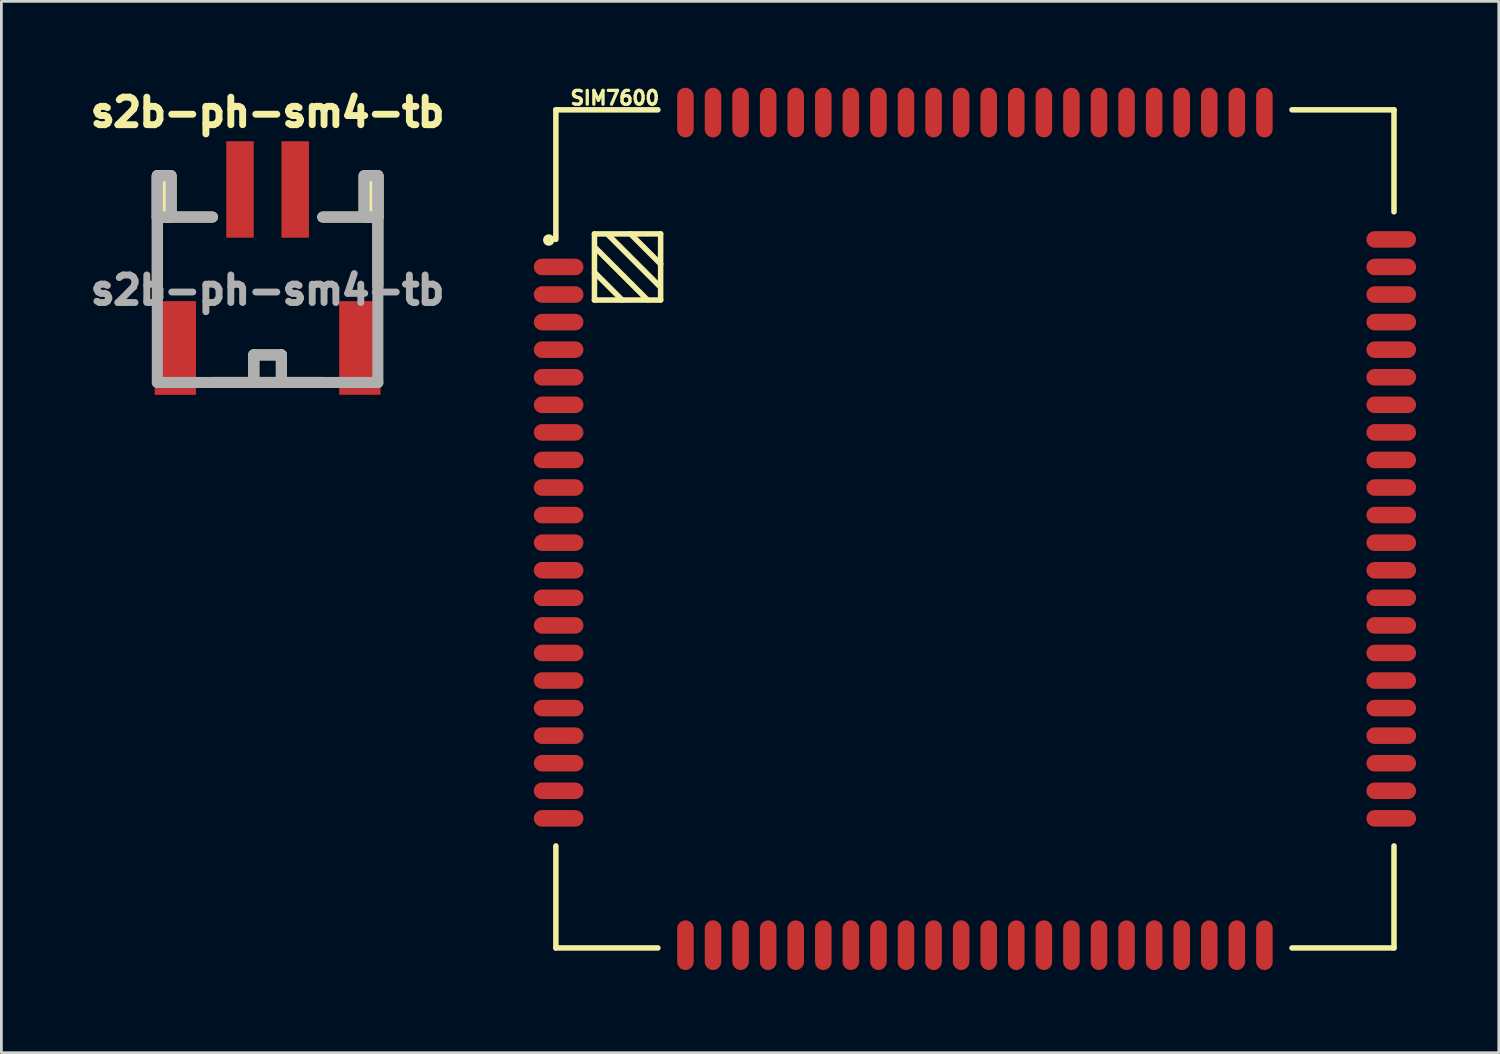
<source format=kicad_pcb>
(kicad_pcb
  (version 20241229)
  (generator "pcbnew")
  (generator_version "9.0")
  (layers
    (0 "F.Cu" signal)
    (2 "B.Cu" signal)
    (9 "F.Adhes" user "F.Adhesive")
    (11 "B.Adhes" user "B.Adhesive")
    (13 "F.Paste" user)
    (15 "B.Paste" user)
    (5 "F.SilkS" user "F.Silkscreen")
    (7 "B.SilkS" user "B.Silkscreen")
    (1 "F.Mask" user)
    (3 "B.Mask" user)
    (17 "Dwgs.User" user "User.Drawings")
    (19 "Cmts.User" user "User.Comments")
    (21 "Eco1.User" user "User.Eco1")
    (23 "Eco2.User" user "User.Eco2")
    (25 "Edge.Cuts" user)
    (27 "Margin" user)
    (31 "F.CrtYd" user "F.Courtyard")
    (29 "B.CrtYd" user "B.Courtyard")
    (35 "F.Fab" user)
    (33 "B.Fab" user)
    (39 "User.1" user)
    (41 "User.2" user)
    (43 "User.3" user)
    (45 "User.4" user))
  (footprint "SIM7600"
    (layer "F.Cu")
    (at 32.312 16.133)
    (property "Reference" "SIM7600" (at -13.061 -15.63 0) (layer "F.SilkS") (effects (font (size 0.5 0.5) (thickness 0.12))))
    (attr through_hole)
    (fp_line (start -15.2 -15.2) (end -11.5 -15.2) (stroke (width 0.2) (type solid)) (layer "F.SilkS"))
    (fp_line (start -15.2 -10.5) (end -15.2 -15.2) (stroke (width 0.2) (type solid)) (layer "F.SilkS"))
    (fp_line (start -15.2 15.2) (end -15.2 11.5) (stroke (width 0.2) (type solid)) (layer "F.SilkS"))
    (fp_line (start -15.2 15.2) (end -11.5 15.2) (stroke (width 0.2) (type solid)) (layer "F.SilkS"))
    (fp_line (start -13.8 -10.7) (end -13.8 -8.3) (stroke (width 0.2) (type solid)) (layer "F.SilkS"))
    (fp_line (start -13.8 -10.7) (end -11.4 -10.7) (stroke (width 0.2) (type solid)) (layer "F.SilkS"))
    (fp_line (start -13.8 -8.3) (end -11.4 -8.3) (stroke (width 0.2) (type solid)) (layer "F.SilkS"))
    (fp_line (start -13.798 -9.303) (end -12.796 -8.301) (stroke (width 0.2) (type solid)) (layer "F.SilkS"))
    (fp_line (start -13.793 -10.22) (end -11.876 -8.303) (stroke (width 0.2) (type solid)) (layer "F.SilkS"))
    (fp_line (start -13.289 -10.651) (end -11.448 -8.81) (stroke (width 0.2) (type solid)) (layer "F.SilkS"))
    (fp_line (start -12.495 -10.7) (end -11.399 -9.604) (stroke (width 0.2) (type solid)) (layer "F.SilkS"))
    (fp_line (start -11.4 -10.7) (end -11.4 -8.3) (stroke (width 0.2) (type solid)) (layer "F.SilkS"))
    (fp_line (start 11.5 -15.2) (end 15.2 -15.2) (stroke (width 0.2) (type solid)) (layer "F.SilkS"))
    (fp_line (start 11.5 15.2) (end 15.2 15.2) (stroke (width 0.2) (type solid)) (layer "F.SilkS"))
    (fp_line (start 15.2 -11.5) (end 15.2 -15.2) (stroke (width 0.2) (type solid)) (layer "F.SilkS"))
    (fp_line (start 15.2 15.2) (end 15.2 11.5) (stroke (width 0.2) (type solid)) (layer "F.SilkS"))
    (fp_circle (center -15.457 -10.477) (end -15.36 -10.426) (stroke (width 0.2) (type solid)) (fill no) (layer "F.SilkS"))
    (pad "1" smd oval (at -15.1 -9.5) (size 1.8 0.6) (layers "F.Cu" "F.Mask" "F.Paste"))
    (pad "2" smd oval (at -15.1 -8.5) (size 1.8 0.6) (layers "F.Cu" "F.Mask" "F.Paste"))
    (pad "3" smd oval (at -15.1 -7.5) (size 1.8 0.6) (layers "F.Cu" "F.Mask" "F.Paste"))
    (pad "4" smd oval (at -15.1 -6.5) (size 1.8 0.6) (layers "F.Cu" "F.Mask" "F.Paste"))
    (pad "5" smd oval (at -15.1 -5.5) (size 1.8 0.6) (layers "F.Cu" "F.Mask" "F.Paste"))
    (pad "6" smd oval (at -15.1 -4.5) (size 1.8 0.6) (layers "F.Cu" "F.Mask" "F.Paste"))
    (pad "7" smd oval (at -15.1 -3.5) (size 1.8 0.6) (layers "F.Cu" "F.Mask" "F.Paste"))
    (pad "8" smd oval (at -15.1 -2.5) (size 1.8 0.6) (layers "F.Cu" "F.Mask" "F.Paste"))
    (pad "9" smd oval (at -15.1 -1.5) (size 1.8 0.6) (layers "F.Cu" "F.Mask" "F.Paste"))
    (pad "10" smd oval (at -15.1 -0.5) (size 1.8 0.6) (layers "F.Cu" "F.Mask" "F.Paste"))
    (pad "11" smd oval (at -15.1 0.5) (size 1.8 0.6) (layers "F.Cu" "F.Mask" "F.Paste"))
    (pad "12" smd oval (at -15.1 1.5) (size 1.8 0.6) (layers "F.Cu" "F.Mask" "F.Paste"))
    (pad "13" smd oval (at -15.1 2.5) (size 1.8 0.6) (layers "F.Cu" "F.Mask" "F.Paste"))
    (pad "14" smd oval (at -15.1 3.5) (size 1.8 0.6) (layers "F.Cu" "F.Mask" "F.Paste"))
    (pad "15" smd oval (at -15.1 4.5) (size 1.8 0.6) (layers "F.Cu" "F.Mask" "F.Paste"))
    (pad "16" smd oval (at -15.1 5.5) (size 1.8 0.6) (layers "F.Cu" "F.Mask" "F.Paste"))
    (pad "17" smd oval (at -15.1 6.5) (size 1.8 0.6) (layers "F.Cu" "F.Mask" "F.Paste"))
    (pad "18" smd oval (at -15.1 7.5) (size 1.8 0.6) (layers "F.Cu" "F.Mask" "F.Paste"))
    (pad "19" smd oval (at -15.1 8.5) (size 1.8 0.6) (layers "F.Cu" "F.Mask" "F.Paste"))
    (pad "20" smd oval (at -15.1 9.5) (size 1.8 0.6) (layers "F.Cu" "F.Mask" "F.Paste"))
    (pad "21" smd oval (at -15.1 10.5) (size 1.8 0.6) (layers "F.Cu" "F.Mask" "F.Paste"))
    (pad "22" smd oval (at -10.5 15.1 90) (size 1.8 0.6) (layers "F.Cu" "F.Mask" "F.Paste"))
    (pad "23" smd oval (at -9.5 15.1 90) (size 1.8 0.6) (layers "F.Cu" "F.Mask" "F.Paste"))
    (pad "24" smd oval (at -8.5 15.1 90) (size 1.8 0.6) (layers "F.Cu" "F.Mask" "F.Paste"))
    (pad "25" smd oval (at -7.5 15.1 90) (size 1.8 0.6) (layers "F.Cu" "F.Mask" "F.Paste"))
    (pad "26" smd oval (at -6.5 15.1 90) (size 1.8 0.6) (layers "F.Cu" "F.Mask" "F.Paste"))
    (pad "27" smd oval (at -5.5 15.1 90) (size 1.8 0.6) (layers "F.Cu" "F.Mask" "F.Paste"))
    (pad "28" smd oval (at -4.5 15.1 90) (size 1.8 0.6) (layers "F.Cu" "F.Mask" "F.Paste"))
    (pad "29" smd oval (at -3.5 15.1 90) (size 1.8 0.6) (layers "F.Cu" "F.Mask" "F.Paste"))
    (pad "30" smd oval (at -2.5 15.1 90) (size 1.8 0.6) (layers "F.Cu" "F.Mask" "F.Paste"))
    (pad "31" smd oval (at -1.5 15.1 90) (size 1.8 0.6) (layers "F.Cu" "F.Mask" "F.Paste"))
    (pad "32" smd oval (at -0.5 15.1 90) (size 1.8 0.6) (layers "F.Cu" "F.Mask" "F.Paste"))
    (pad "33" smd oval (at 0.5 15.1 90) (size 1.8 0.6) (layers "F.Cu" "F.Mask" "F.Paste"))
    (pad "34" smd oval (at 1.5 15.1 90) (size 1.8 0.6) (layers "F.Cu" "F.Mask" "F.Paste"))
    (pad "35" smd oval (at 2.5 15.1 90) (size 1.8 0.6) (layers "F.Cu" "F.Mask" "F.Paste"))
    (pad "36" smd oval (at 3.5 15.1 90) (size 1.8 0.6) (layers "F.Cu" "F.Mask" "F.Paste"))
    (pad "37" smd oval (at 4.5 15.1 90) (size 1.8 0.6) (layers "F.Cu" "F.Mask" "F.Paste"))
    (pad "38" smd oval (at 5.5 15.1 90) (size 1.8 0.6) (layers "F.Cu" "F.Mask" "F.Paste"))
    (pad "39" smd oval (at 6.5 15.1 90) (size 1.8 0.6) (layers "F.Cu" "F.Mask" "F.Paste"))
    (pad "40" smd oval (at 7.5 15.1 90) (size 1.8 0.6) (layers "F.Cu" "F.Mask" "F.Paste"))
    (pad "41" smd oval (at 8.5 15.1 90) (size 1.8 0.6) (layers "F.Cu" "F.Mask" "F.Paste"))
    (pad "42" smd oval (at 9.5 15.1 90) (size 1.8 0.6) (layers "F.Cu" "F.Mask" "F.Paste"))
    (pad "43" smd oval (at 10.5 15.1 90) (size 1.8 0.6) (layers "F.Cu" "F.Mask" "F.Paste"))
    (pad "44" smd oval (at 15.1 10.5) (size 1.8 0.6) (layers "F.Cu" "F.Mask" "F.Paste"))
    (pad "45" smd oval (at 15.1 9.5) (size 1.8 0.6) (layers "F.Cu" "F.Mask" "F.Paste"))
    (pad "46" smd oval (at 15.1 8.5) (size 1.8 0.6) (layers "F.Cu" "F.Mask" "F.Paste"))
    (pad "47" smd oval (at 15.1 7.5) (size 1.8 0.6) (layers "F.Cu" "F.Mask" "F.Paste"))
    (pad "48" smd oval (at 15.1 6.5) (size 1.8 0.6) (layers "F.Cu" "F.Mask" "F.Paste"))
    (pad "49" smd oval (at 15.1 5.5) (size 1.8 0.6) (layers "F.Cu" "F.Mask" "F.Paste"))
    (pad "50" smd oval (at 15.1 4.5) (size 1.8 0.6) (layers "F.Cu" "F.Mask" "F.Paste"))
    (pad "51" smd oval (at 15.1 3.5) (size 1.8 0.6) (layers "F.Cu" "F.Mask" "F.Paste"))
    (pad "52" smd oval (at 15.1 2.5) (size 1.8 0.6) (layers "F.Cu" "F.Mask" "F.Paste"))
    (pad "53" smd oval (at 15.1 1.5) (size 1.8 0.6) (layers "F.Cu" "F.Mask" "F.Paste"))
    (pad "54" smd oval (at 15.1 0.5) (size 1.8 0.6) (layers "F.Cu" "F.Mask" "F.Paste"))
    (pad "55" smd oval (at 15.1 -0.5) (size 1.8 0.6) (layers "F.Cu" "F.Mask" "F.Paste"))
    (pad "56" smd oval (at 15.1 -1.5) (size 1.8 0.6) (layers "F.Cu" "F.Mask" "F.Paste"))
    (pad "57" smd oval (at 15.1 -2.5) (size 1.8 0.6) (layers "F.Cu" "F.Mask" "F.Paste"))
    (pad "58" smd oval (at 15.1 -3.5) (size 1.8 0.6) (layers "F.Cu" "F.Mask" "F.Paste"))
    (pad "59" smd oval (at 15.1 -4.5) (size 1.8 0.6) (layers "F.Cu" "F.Mask" "F.Paste"))
    (pad "60" smd oval (at 15.1 -5.5) (size 1.8 0.6) (layers "F.Cu" "F.Mask" "F.Paste"))
    (pad "61" smd oval (at 15.1 -6.5) (size 1.8 0.6) (layers "F.Cu" "F.Mask" "F.Paste"))
    (pad "62" smd oval (at 15.1 -7.5) (size 1.8 0.6) (layers "F.Cu" "F.Mask" "F.Paste"))
    (pad "63" smd oval (at 15.1 -8.5) (size 1.8 0.6) (layers "F.Cu" "F.Mask" "F.Paste"))
    (pad "64" smd oval (at 15.1 -9.5) (size 1.8 0.6) (layers "F.Cu" "F.Mask" "F.Paste"))
    (pad "65" smd oval (at 15.1 -10.5) (size 1.8 0.6) (layers "F.Cu" "F.Mask" "F.Paste"))
    (pad "66" smd oval (at 10.5 -15.1 90) (size 1.8 0.6) (layers "F.Cu" "F.Mask" "F.Paste"))
    (pad "67" smd oval (at 9.5 -15.1 90) (size 1.8 0.6) (layers "F.Cu" "F.Mask" "F.Paste"))
    (pad "68" smd oval (at 8.5 -15.1 90) (size 1.8 0.6) (layers "F.Cu" "F.Mask" "F.Paste"))
    (pad "69" smd oval (at 7.5 -15.1 90) (size 1.8 0.6) (layers "F.Cu" "F.Mask" "F.Paste"))
    (pad "70" smd oval (at 6.5 -15.1 90) (size 1.8 0.6) (layers "F.Cu" "F.Mask" "F.Paste"))
    (pad "71" smd oval (at 5.5 -15.1 90) (size 1.8 0.6) (layers "F.Cu" "F.Mask" "F.Paste"))
    (pad "72" smd oval (at 4.5 -15.1 90) (size 1.8 0.6) (layers "F.Cu" "F.Mask" "F.Paste"))
    (pad "73" smd oval (at 3.5 -15.1 90) (size 1.8 0.6) (layers "F.Cu" "F.Mask" "F.Paste"))
    (pad "74" smd oval (at 2.5 -15.1 90) (size 1.8 0.6) (layers "F.Cu" "F.Mask" "F.Paste"))
    (pad "75" smd oval (at 1.5 -15.1 90) (size 1.8 0.6) (layers "F.Cu" "F.Mask" "F.Paste"))
    (pad "76" smd oval (at 0.5 -15.1 90) (size 1.8 0.6) (layers "F.Cu" "F.Mask" "F.Paste"))
    (pad "77" smd oval (at -0.5 -15.1 90) (size 1.8 0.6) (layers "F.Cu" "F.Mask" "F.Paste"))
    (pad "78" smd oval (at -1.5 -15.1 90) (size 1.8 0.6) (layers "F.Cu" "F.Mask" "F.Paste"))
    (pad "79" smd oval (at -2.5 -15.1 90) (size 1.8 0.6) (layers "F.Cu" "F.Mask" "F.Paste"))
    (pad "80" smd oval (at -3.5 -15.1 90) (size 1.8 0.6) (layers "F.Cu" "F.Mask" "F.Paste"))
    (pad "81" smd oval (at -4.5 -15.1 90) (size 1.8 0.6) (layers "F.Cu" "F.Mask" "F.Paste"))
    (pad "82" smd oval (at -5.5 -15.1 90) (size 1.8 0.6) (layers "F.Cu" "F.Mask" "F.Paste"))
    (pad "83" smd oval (at -6.5 -15.1 90) (size 1.8 0.6) (layers "F.Cu" "F.Mask" "F.Paste"))
    (pad "84" smd oval (at -7.5 -15.1 90) (size 1.8 0.6) (layers "F.Cu" "F.Mask" "F.Paste"))
    (pad "85" smd oval (at -8.5 -15.1 90) (size 1.8 0.6) (layers "F.Cu" "F.Mask" "F.Paste"))
    (pad "86" smd oval (at -9.5 -15.1 90) (size 1.8 0.6) (layers "F.Cu" "F.Mask" "F.Paste"))
    (pad "87" smd oval (at -10.5 -15.1 90) (size 1.8 0.6) (layers "F.Cu" "F.Mask" "F.Paste")))
  (footprint "s2b-ph-sm4-tb"
    (layer "F.Cu")
    (at 6.656 3.823)
    (property "Reference" "s2b-ph-sm4-tb" (at 0 -2.799 0) (layer "F.SilkS") (effects (font (size 1 1) (thickness 0.25))))
    (attr smd)
    (fp_line (start -4 3.5) (end -4 -0.5) (stroke (width 0.4) (type solid)) (layer "F.SilkS"))
    (fp_line (start -3.599 -0.5) (end -4 -0.5) (stroke (width 0.381) (type solid)) (layer "F.SilkS"))
    (fp_line (start -2 1) (end -4 1) (stroke (width 0.4) (type solid)) (layer "F.SilkS"))
    (fp_line (start -2 7) (end 2 7) (stroke (width 0.4) (type solid)) (layer "F.SilkS"))
    (fp_line (start -0.5 6) (end 0.5 6) (stroke (width 0.4) (type solid)) (layer "F.SilkS"))
    (fp_line (start -0.5 7) (end -0.5 6) (stroke (width 0.4) (type solid)) (layer "F.SilkS"))
    (fp_line (start 0.5 6) (end 0.5 7) (stroke (width 0.4) (type solid)) (layer "F.SilkS"))
    (fp_line (start 2 1) (end 4 1) (stroke (width 0.4) (type solid)) (layer "F.SilkS"))
    (fp_line (start 3.599 -0.5) (end 4 -0.5) (stroke (width 0.381) (type solid)) (layer "F.SilkS"))
    (fp_line (start 4 3.5) (end 4 -0.5) (stroke (width 0.4) (type solid)) (layer "F.SilkS"))
    (fp_rect (start -4 -0.5) (end -3.5 1) (stroke (width 0.4) (type solid)) (fill yes) (layer "F.SilkS"))
    (fp_rect (start 4 -0.5) (end 3.5 1) (stroke (width 0.4) (type solid)) (fill yes) (layer "F.SilkS"))
    (fp_line (start -4 7) (end -4 -0.5) (stroke (width 0.4) (type solid)) (layer "F.Fab"))
    (fp_line (start -4 7) (end 4 7) (stroke (width 0.4) (type solid)) (layer "F.Fab"))
    (fp_line (start -2 1) (end -4 1) (stroke (width 0.4) (type solid)) (layer "F.Fab"))
    (fp_line (start -0.5 6) (end 0.5 6) (stroke (width 0.4) (type solid)) (layer "F.Fab"))
    (fp_line (start -0.5 7) (end -0.5 6) (stroke (width 0.4) (type solid)) (layer "F.Fab"))
    (fp_line (start 0.5 6) (end 0.5 7) (stroke (width 0.4) (type solid)) (layer "F.Fab"))
    (fp_line (start 2 1) (end 4 1) (stroke (width 0.4) (type solid)) (layer "F.Fab"))
    (fp_line (start 4 7) (end 4 -0.5) (stroke (width 0.4) (type solid)) (layer "F.Fab"))
    (fp_rect (start -4 -0.5) (end -3.5 1) (stroke (width 0.4) (type solid)) (fill no) (layer "F.Fab"))
    (fp_rect (start 4 -0.5) (end 3.5 1) (stroke (width 0.4) (type solid)) (fill no) (layer "F.Fab"))
    (fp_text user "${REFERENCE}" (at 0 3.65 0) (layer "F.Fab") (effects (font (size 1 1) (thickness 0.25))))
    (pad "" smd rect (at -3.345 5.748) (size 1.499 3.399) (layers "F.Cu" "F.Mask" "F.Paste"))
    (pad "" smd rect (at 3.348 5.748) (size 1.499 3.396) (layers "F.Cu" "F.Mask" "F.Paste"))
    (pad "1" smd rect (at -1.001 0) (size 0.996 3.498) (layers "F.Cu" "F.Mask" "F.Paste"))
    (pad "2" smd rect (at 1.001 0) (size 0.998 3.498) (layers "F.Cu" "F.Mask" "F.Paste")))
  (gr_rect
    (start -3 -3)
    (end 51.312 35.133)
    (stroke (width 0.1) (type default))
    (fill no)
    (layer "Edge.Cuts")))
</source>
